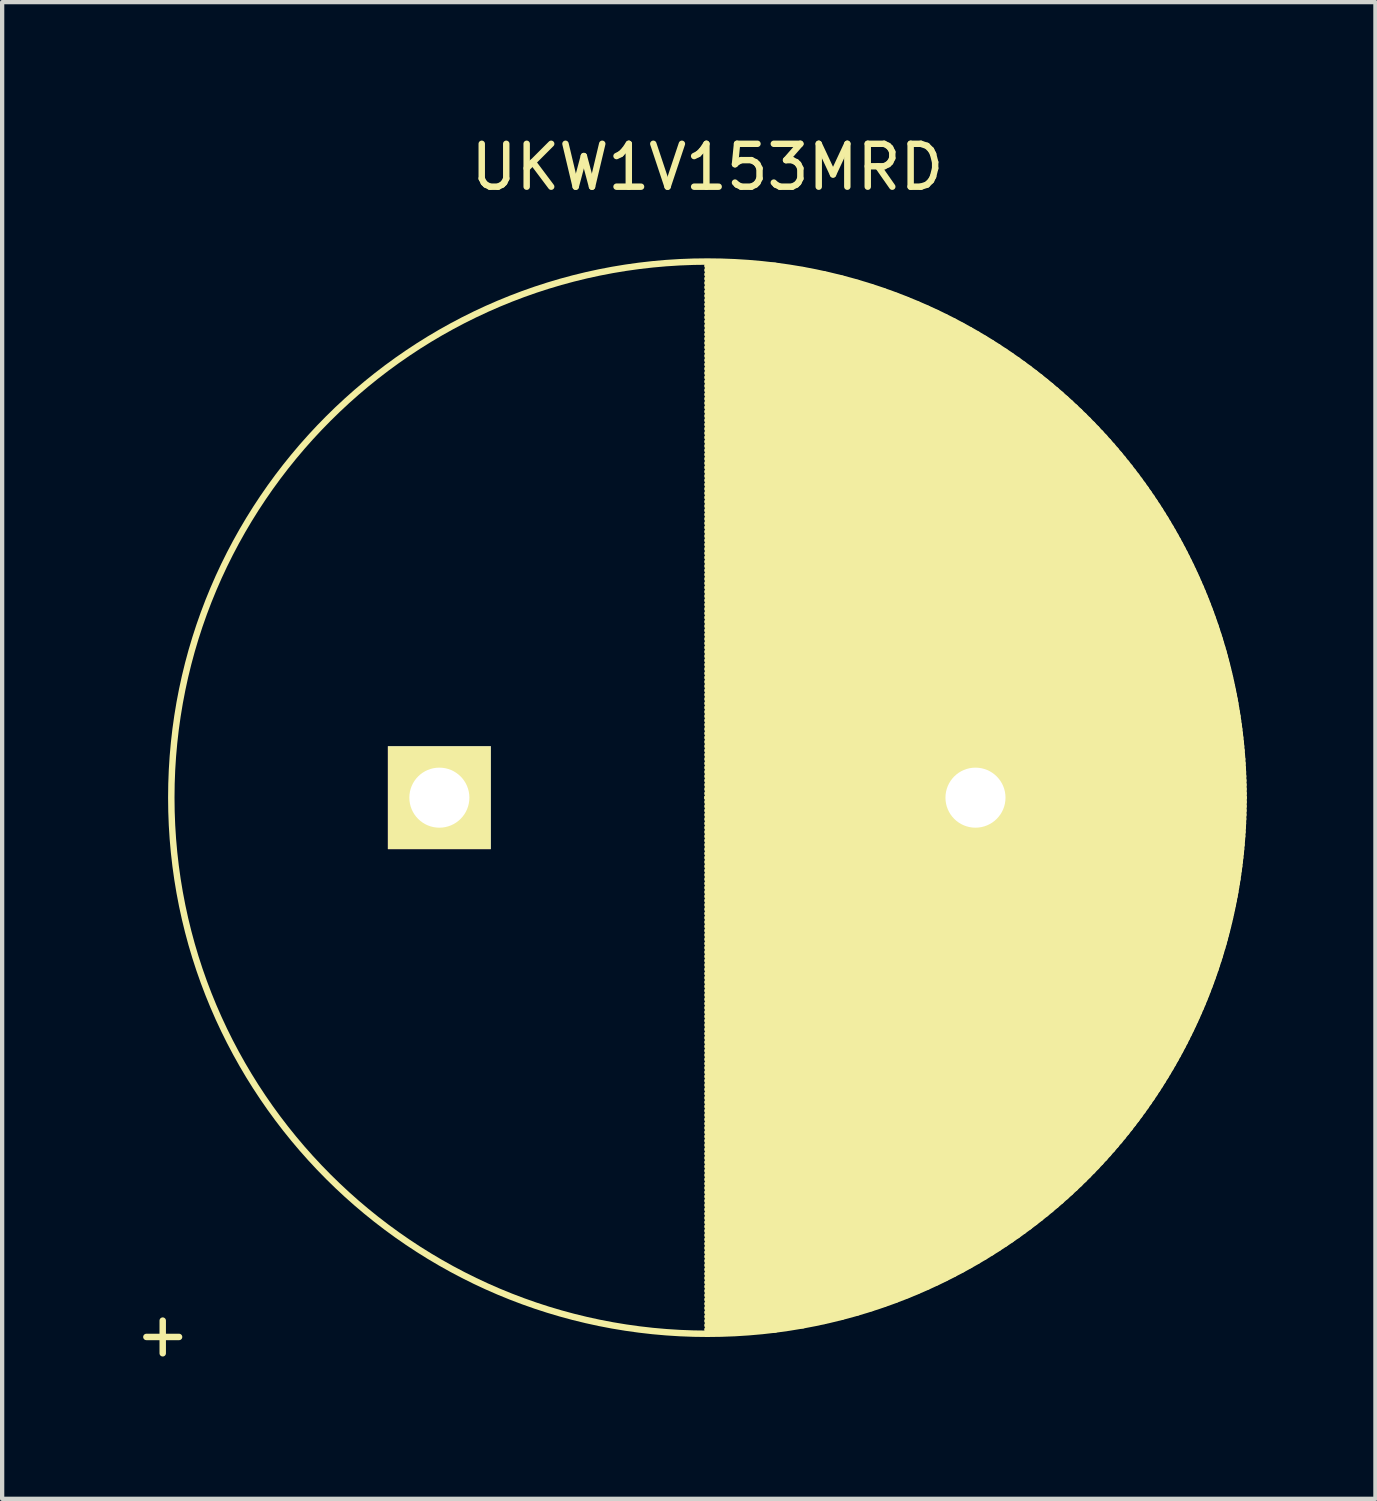
<source format=kicad_pcb>
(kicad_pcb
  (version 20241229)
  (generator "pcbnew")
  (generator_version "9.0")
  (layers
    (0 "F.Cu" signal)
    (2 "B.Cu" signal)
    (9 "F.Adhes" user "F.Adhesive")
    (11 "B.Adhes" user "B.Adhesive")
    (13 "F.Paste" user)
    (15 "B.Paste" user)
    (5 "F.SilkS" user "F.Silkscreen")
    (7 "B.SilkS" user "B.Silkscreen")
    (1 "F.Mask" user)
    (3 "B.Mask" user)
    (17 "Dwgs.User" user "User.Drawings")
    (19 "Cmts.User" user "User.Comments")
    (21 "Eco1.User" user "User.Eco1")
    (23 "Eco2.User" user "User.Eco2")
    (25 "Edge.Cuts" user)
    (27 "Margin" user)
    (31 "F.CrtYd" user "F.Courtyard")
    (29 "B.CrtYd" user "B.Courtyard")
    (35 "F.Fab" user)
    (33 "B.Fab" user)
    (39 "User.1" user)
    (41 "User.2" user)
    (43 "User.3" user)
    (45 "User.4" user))
  (footprint "UKW1V153MRD"
    (layer "F.Cu")
    (at 7.194 15.548)
    (property "Reference" "UKW1V153MRD" (at 6.25 -14.7 0) (layer "F.SilkS") (effects (font (size 1 1) (thickness 0.15))))
    (attr through_hole)
    (fp_line (start 6.25 -12.4) (end 7.828 -12.4) (stroke (width 0.15) (type solid)) (layer "F.SilkS"))
    (fp_line (start 6.25 -12.3) (end 8.477 -12.3) (stroke (width 0.15) (type solid)) (layer "F.SilkS"))
    (fp_line (start 6.25 -12.2) (end 8.972 -12.2) (stroke (width 0.15) (type solid)) (layer "F.SilkS"))
    (fp_line (start 6.25 -12.1) (end 9.387 -12.1) (stroke (width 0.15) (type solid)) (layer "F.SilkS"))
    (fp_line (start 6.25 -12) (end 9.75 -12) (stroke (width 0.15) (type solid)) (layer "F.SilkS"))
    (fp_line (start 6.25 -11.9) (end 10.076 -11.9) (stroke (width 0.15) (type solid)) (layer "F.SilkS"))
    (fp_line (start 6.25 -11.8) (end 10.374 -11.8) (stroke (width 0.15) (type solid)) (layer "F.SilkS"))
    (fp_line (start 6.25 -11.7) (end 10.65 -11.7) (stroke (width 0.15) (type solid)) (layer "F.SilkS"))
    (fp_line (start 6.25 -11.6) (end 10.907 -11.6) (stroke (width 0.15) (type solid)) (layer "F.SilkS"))
    (fp_line (start 6.25 -11.5) (end 11.149 -11.5) (stroke (width 0.15) (type solid)) (layer "F.SilkS"))
    (fp_line (start 6.25 -11.4) (end 11.377 -11.4) (stroke (width 0.15) (type solid)) (layer "F.SilkS"))
    (fp_line (start 6.25 -11.3) (end 11.594 -11.3) (stroke (width 0.15) (type solid)) (layer "F.SilkS"))
    (fp_line (start 6.25 -11.2) (end 11.801 -11.2) (stroke (width 0.15) (type solid)) (layer "F.SilkS"))
    (fp_line (start 6.25 -11.1) (end 11.998 -11.1) (stroke (width 0.15) (type solid)) (layer "F.SilkS"))
    (fp_line (start 6.25 -11) (end 12.187 -11) (stroke (width 0.15) (type solid)) (layer "F.SilkS"))
    (fp_line (start 6.25 -10.9) (end 12.369 -10.9) (stroke (width 0.15) (type solid)) (layer "F.SilkS"))
    (fp_line (start 6.25 -10.8) (end 12.544 -10.8) (stroke (width 0.15) (type solid)) (layer "F.SilkS"))
    (fp_line (start 6.25 -10.7) (end 12.712 -10.7) (stroke (width 0.15) (type solid)) (layer "F.SilkS"))
    (fp_line (start 6.25 -10.6) (end 12.875 -10.6) (stroke (width 0.15) (type solid)) (layer "F.SilkS"))
    (fp_line (start 6.25 -10.5) (end 13.032 -10.5) (stroke (width 0.15) (type solid)) (layer "F.SilkS"))
    (fp_line (start 6.25 -10.4) (end 13.185 -10.4) (stroke (width 0.15) (type solid)) (layer "F.SilkS"))
    (fp_line (start 6.25 -10.3) (end 13.332 -10.3) (stroke (width 0.15) (type solid)) (layer "F.SilkS"))
    (fp_line (start 6.25 -10.2) (end 13.476 -10.2) (stroke (width 0.15) (type solid)) (layer "F.SilkS"))
    (fp_line (start 6.25 -10.1) (end 13.615 -10.1) (stroke (width 0.15) (type solid)) (layer "F.SilkS"))
    (fp_line (start 6.25 -10) (end 13.75 -10) (stroke (width 0.15) (type solid)) (layer "F.SilkS"))
    (fp_line (start 6.25 -9.9) (end 13.882 -9.9) (stroke (width 0.15) (type solid)) (layer "F.SilkS"))
    (fp_line (start 6.25 -9.8) (end 14.01 -9.8) (stroke (width 0.15) (type solid)) (layer "F.SilkS"))
    (fp_line (start 6.25 -9.7) (end 14.134 -9.7) (stroke (width 0.15) (type solid)) (layer "F.SilkS"))
    (fp_line (start 6.25 -9.6) (end 14.256 -9.6) (stroke (width 0.15) (type solid)) (layer "F.SilkS"))
    (fp_line (start 6.25 -9.5) (end 14.374 -9.5) (stroke (width 0.15) (type solid)) (layer "F.SilkS"))
    (fp_line (start 6.25 -9.4) (end 14.49 -9.4) (stroke (width 0.15) (type solid)) (layer "F.SilkS"))
    (fp_line (start 6.25 -9.3) (end 14.602 -9.3) (stroke (width 0.15) (type solid)) (layer "F.SilkS"))
    (fp_line (start 6.25 -9.2) (end 14.712 -9.2) (stroke (width 0.15) (type solid)) (layer "F.SilkS"))
    (fp_line (start 6.25 -9.1) (end 14.82 -9.1) (stroke (width 0.15) (type solid)) (layer "F.SilkS"))
    (fp_line (start 6.25 -9) (end 14.925 -9) (stroke (width 0.15) (type solid)) (layer "F.SilkS"))
    (fp_line (start 6.25 -8.9) (end 15.027 -8.9) (stroke (width 0.15) (type solid)) (layer "F.SilkS"))
    (fp_line (start 6.25 -8.8) (end 15.127 -8.8) (stroke (width 0.15) (type solid)) (layer "F.SilkS"))
    (fp_line (start 6.25 -8.7) (end 15.226 -8.7) (stroke (width 0.15) (type solid)) (layer "F.SilkS"))
    (fp_line (start 6.25 -8.6) (end 15.321 -8.6) (stroke (width 0.15) (type solid)) (layer "F.SilkS"))
    (fp_line (start 6.25 -8.5) (end 15.415 -8.5) (stroke (width 0.15) (type solid)) (layer "F.SilkS"))
    (fp_line (start 6.25 -8.4) (end 15.507 -8.4) (stroke (width 0.15) (type solid)) (layer "F.SilkS"))
    (fp_line (start 6.25 -8.3) (end 15.597 -8.3) (stroke (width 0.15) (type solid)) (layer "F.SilkS"))
    (fp_line (start 6.25 -8.2) (end 15.685 -8.2) (stroke (width 0.15) (type solid)) (layer "F.SilkS"))
    (fp_line (start 6.25 -8.1) (end 15.771 -8.1) (stroke (width 0.15) (type solid)) (layer "F.SilkS"))
    (fp_line (start 6.25 -8) (end 15.855 -8) (stroke (width 0.15) (type solid)) (layer "F.SilkS"))
    (fp_line (start 6.25 -7.9) (end 15.937 -7.9) (stroke (width 0.15) (type solid)) (layer "F.SilkS"))
    (fp_line (start 6.25 -7.8) (end 16.018 -7.8) (stroke (width 0.15) (type solid)) (layer "F.SilkS"))
    (fp_line (start 6.25 -7.7) (end 16.097 -7.7) (stroke (width 0.15) (type solid)) (layer "F.SilkS"))
    (fp_line (start 6.25 -7.6) (end 16.174 -7.6) (stroke (width 0.15) (type solid)) (layer "F.SilkS"))
    (fp_line (start 6.25 -7.5) (end 16.25 -7.5) (stroke (width 0.15) (type solid)) (layer "F.SilkS"))
    (fp_line (start 6.25 -7.4) (end 16.324 -7.4) (stroke (width 0.15) (type solid)) (layer "F.SilkS"))
    (fp_line (start 6.25 -7.3) (end 16.397 -7.3) (stroke (width 0.15) (type solid)) (layer "F.SilkS"))
    (fp_line (start 6.25 -7.2) (end 16.468 -7.2) (stroke (width 0.15) (type solid)) (layer "F.SilkS"))
    (fp_line (start 6.25 -7.1) (end 16.538 -7.1) (stroke (width 0.15) (type solid)) (layer "F.SilkS"))
    (fp_line (start 6.25 -7) (end 16.606 -7) (stroke (width 0.15) (type solid)) (layer "F.SilkS"))
    (fp_line (start 6.25 -6.9) (end 16.673 -6.9) (stroke (width 0.15) (type solid)) (layer "F.SilkS"))
    (fp_line (start 6.25 -6.8) (end 16.739 -6.8) (stroke (width 0.15) (type solid)) (layer "F.SilkS"))
    (fp_line (start 6.25 -6.7) (end 16.803 -6.7) (stroke (width 0.15) (type solid)) (layer "F.SilkS"))
    (fp_line (start 6.25 -6.6) (end 16.866 -6.6) (stroke (width 0.15) (type solid)) (layer "F.SilkS"))
    (fp_line (start 6.25 -6.5) (end 16.927 -6.5) (stroke (width 0.15) (type solid)) (layer "F.SilkS"))
    (fp_line (start 6.25 -6.4) (end 16.987 -6.4) (stroke (width 0.15) (type solid)) (layer "F.SilkS"))
    (fp_line (start 6.25 -6.3) (end 17.046 -6.3) (stroke (width 0.15) (type solid)) (layer "F.SilkS"))
    (fp_line (start 6.25 -6.2) (end 17.104 -6.2) (stroke (width 0.15) (type solid)) (layer "F.SilkS"))
    (fp_line (start 6.25 -6.1) (end 17.161 -6.1) (stroke (width 0.15) (type solid)) (layer "F.SilkS"))
    (fp_line (start 6.25 -6) (end 17.216 -6) (stroke (width 0.15) (type solid)) (layer "F.SilkS"))
    (fp_line (start 6.25 -5.9) (end 17.27 -5.9) (stroke (width 0.15) (type solid)) (layer "F.SilkS"))
    (fp_line (start 6.25 -5.8) (end 17.323 -5.8) (stroke (width 0.15) (type solid)) (layer "F.SilkS"))
    (fp_line (start 6.25 -5.7) (end 17.375 -5.7) (stroke (width 0.15) (type solid)) (layer "F.SilkS"))
    (fp_line (start 6.25 -5.6) (end 17.425 -5.6) (stroke (width 0.15) (type solid)) (layer "F.SilkS"))
    (fp_line (start 6.25 -5.5) (end 17.475 -5.5) (stroke (width 0.15) (type solid)) (layer "F.SilkS"))
    (fp_line (start 6.25 -5.4) (end 17.523 -5.4) (stroke (width 0.15) (type solid)) (layer "F.SilkS"))
    (fp_line (start 6.25 -5.3) (end 17.571 -5.3) (stroke (width 0.15) (type solid)) (layer "F.SilkS"))
    (fp_line (start 6.25 -5.2) (end 17.617 -5.2) (stroke (width 0.15) (type solid)) (layer "F.SilkS"))
    (fp_line (start 6.25 -5.1) (end 17.662 -5.1) (stroke (width 0.15) (type solid)) (layer "F.SilkS"))
    (fp_line (start 6.25 -5) (end 17.706 -5) (stroke (width 0.15) (type solid)) (layer "F.SilkS"))
    (fp_line (start 6.25 -4.9) (end 17.75 -4.9) (stroke (width 0.15) (type solid)) (layer "F.SilkS"))
    (fp_line (start 6.25 -4.8) (end 17.792 -4.8) (stroke (width 0.15) (type solid)) (layer "F.SilkS"))
    (fp_line (start 6.25 -4.7) (end 17.833 -4.7) (stroke (width 0.15) (type solid)) (layer "F.SilkS"))
    (fp_line (start 6.25 -4.6) (end 17.873 -4.6) (stroke (width 0.15) (type solid)) (layer "F.SilkS"))
    (fp_line (start 6.25 -4.5) (end 17.912 -4.5) (stroke (width 0.15) (type solid)) (layer "F.SilkS"))
    (fp_line (start 6.25 -4.4) (end 17.95 -4.4) (stroke (width 0.15) (type solid)) (layer "F.SilkS"))
    (fp_line (start 6.25 -4.3) (end 17.987 -4.3) (stroke (width 0.15) (type solid)) (layer "F.SilkS"))
    (fp_line (start 6.25 -4.2) (end 18.023 -4.2) (stroke (width 0.15) (type solid)) (layer "F.SilkS"))
    (fp_line (start 6.25 -4.1) (end 18.058 -4.1) (stroke (width 0.15) (type solid)) (layer "F.SilkS"))
    (fp_line (start 6.25 -4) (end 18.093 -4) (stroke (width 0.15) (type solid)) (layer "F.SilkS"))
    (fp_line (start 6.25 -3.9) (end 18.126 -3.9) (stroke (width 0.15) (type solid)) (layer "F.SilkS"))
    (fp_line (start 6.25 -3.8) (end 18.158 -3.8) (stroke (width 0.15) (type solid)) (layer "F.SilkS"))
    (fp_line (start 6.25 -3.7) (end 18.19 -3.7) (stroke (width 0.15) (type solid)) (layer "F.SilkS"))
    (fp_line (start 6.25 -3.6) (end 18.22 -3.6) (stroke (width 0.15) (type solid)) (layer "F.SilkS"))
    (fp_line (start 6.25 -3.5) (end 18.25 -3.5) (stroke (width 0.15) (type solid)) (layer "F.SilkS"))
    (fp_line (start 6.25 -3.4) (end 18.279 -3.4) (stroke (width 0.15) (type solid)) (layer "F.SilkS"))
    (fp_line (start 6.25 -3.3) (end 18.307 -3.3) (stroke (width 0.15) (type solid)) (layer "F.SilkS"))
    (fp_line (start 6.25 -3.2) (end 18.333 -3.2) (stroke (width 0.15) (type solid)) (layer "F.SilkS"))
    (fp_line (start 6.25 -3.1) (end 18.36 -3.1) (stroke (width 0.15) (type solid)) (layer "F.SilkS"))
    (fp_line (start 6.25 -3) (end 18.385 -3) (stroke (width 0.15) (type solid)) (layer "F.SilkS"))
    (fp_line (start 6.25 -2.9) (end 18.409 -2.9) (stroke (width 0.15) (type solid)) (layer "F.SilkS"))
    (fp_line (start 6.25 -2.8) (end 18.432 -2.8) (stroke (width 0.15) (type solid)) (layer "F.SilkS"))
    (fp_line (start 6.25 -2.7) (end 18.455 -2.7) (stroke (width 0.15) (type solid)) (layer "F.SilkS"))
    (fp_line (start 6.25 -2.6) (end 18.477 -2.6) (stroke (width 0.15) (type solid)) (layer "F.SilkS"))
    (fp_line (start 6.25 -2.5) (end 18.497 -2.5) (stroke (width 0.15) (type solid)) (layer "F.SilkS"))
    (fp_line (start 6.25 -2.4) (end 18.517 -2.4) (stroke (width 0.15) (type solid)) (layer "F.SilkS"))
    (fp_line (start 6.25 -2.3) (end 18.537 -2.3) (stroke (width 0.15) (type solid)) (layer "F.SilkS"))
    (fp_line (start 6.25 -2.2) (end 18.555 -2.2) (stroke (width 0.15) (type solid)) (layer "F.SilkS"))
    (fp_line (start 6.25 -2.1) (end 18.572 -2.1) (stroke (width 0.15) (type solid)) (layer "F.SilkS"))
    (fp_line (start 6.25 -2) (end 18.589 -2) (stroke (width 0.15) (type solid)) (layer "F.SilkS"))
    (fp_line (start 6.25 -1.9) (end 18.605 -1.9) (stroke (width 0.15) (type solid)) (layer "F.SilkS"))
    (fp_line (start 6.25 -1.8) (end 18.62 -1.8) (stroke (width 0.15) (type solid)) (layer "F.SilkS"))
    (fp_line (start 6.25 -1.7) (end 18.634 -1.7) (stroke (width 0.15) (type solid)) (layer "F.SilkS"))
    (fp_line (start 6.25 -1.6) (end 18.647 -1.6) (stroke (width 0.15) (type solid)) (layer "F.SilkS"))
    (fp_line (start 6.25 -1.5) (end 18.66 -1.5) (stroke (width 0.15) (type solid)) (layer "F.SilkS"))
    (fp_line (start 6.25 -1.4) (end 18.671 -1.4) (stroke (width 0.15) (type solid)) (layer "F.SilkS"))
    (fp_line (start 6.25 -1.3) (end 18.682 -1.3) (stroke (width 0.15) (type solid)) (layer "F.SilkS"))
    (fp_line (start 6.25 -1.2) (end 18.692 -1.2) (stroke (width 0.15) (type solid)) (layer "F.SilkS"))
    (fp_line (start 6.25 -1.1) (end 18.702 -1.1) (stroke (width 0.15) (type solid)) (layer "F.SilkS"))
    (fp_line (start 6.25 -1) (end 18.71 -1) (stroke (width 0.15) (type solid)) (layer "F.SilkS"))
    (fp_line (start 6.25 -0.9) (end 18.718 -0.9) (stroke (width 0.15) (type solid)) (layer "F.SilkS"))
    (fp_line (start 6.25 -0.8) (end 18.724 -0.8) (stroke (width 0.15) (type solid)) (layer "F.SilkS"))
    (fp_line (start 6.25 -0.7) (end 18.73 -0.7) (stroke (width 0.15) (type solid)) (layer "F.SilkS"))
    (fp_line (start 6.25 -0.6) (end 18.736 -0.6) (stroke (width 0.15) (type solid)) (layer "F.SilkS"))
    (fp_line (start 6.25 -0.5) (end 18.74 -0.5) (stroke (width 0.15) (type solid)) (layer "F.SilkS"))
    (fp_line (start 6.25 -0.4) (end 18.744 -0.4) (stroke (width 0.15) (type solid)) (layer "F.SilkS"))
    (fp_line (start 6.25 -0.3) (end 18.746 -0.3) (stroke (width 0.15) (type solid)) (layer "F.SilkS"))
    (fp_line (start 6.25 -0.2) (end 18.748 -0.2) (stroke (width 0.15) (type solid)) (layer "F.SilkS"))
    (fp_line (start 6.25 -0.1) (end 18.75 -0.1) (stroke (width 0.15) (type solid)) (layer "F.SilkS"))
    (fp_line (start 6.25 0) (end 18.75 0) (stroke (width 0.15) (type solid)) (layer "F.SilkS"))
    (fp_line (start 6.25 0) (end 18.75 0) (stroke (width 0.15) (type solid)) (layer "F.SilkS"))
    (fp_line (start 6.25 0.1) (end 18.75 0.1) (stroke (width 0.15) (type solid)) (layer "F.SilkS"))
    (fp_line (start 6.25 0.2) (end 18.748 0.2) (stroke (width 0.15) (type solid)) (layer "F.SilkS"))
    (fp_line (start 6.25 0.3) (end 18.746 0.3) (stroke (width 0.15) (type solid)) (layer "F.SilkS"))
    (fp_line (start 6.25 0.4) (end 18.744 0.4) (stroke (width 0.15) (type solid)) (layer "F.SilkS"))
    (fp_line (start 6.25 0.5) (end 18.74 0.5) (stroke (width 0.15) (type solid)) (layer "F.SilkS"))
    (fp_line (start 6.25 0.6) (end 18.736 0.6) (stroke (width 0.15) (type solid)) (layer "F.SilkS"))
    (fp_line (start 6.25 0.7) (end 18.73 0.7) (stroke (width 0.15) (type solid)) (layer "F.SilkS"))
    (fp_line (start 6.25 0.8) (end 18.724 0.8) (stroke (width 0.15) (type solid)) (layer "F.SilkS"))
    (fp_line (start 6.25 0.9) (end 18.718 0.9) (stroke (width 0.15) (type solid)) (layer "F.SilkS"))
    (fp_line (start 6.25 1) (end 18.71 1) (stroke (width 0.15) (type solid)) (layer "F.SilkS"))
    (fp_line (start 6.25 1.1) (end 18.702 1.1) (stroke (width 0.15) (type solid)) (layer "F.SilkS"))
    (fp_line (start 6.25 1.2) (end 18.692 1.2) (stroke (width 0.15) (type solid)) (layer "F.SilkS"))
    (fp_line (start 6.25 1.3) (end 18.682 1.3) (stroke (width 0.15) (type solid)) (layer "F.SilkS"))
    (fp_line (start 6.25 1.4) (end 18.671 1.4) (stroke (width 0.15) (type solid)) (layer "F.SilkS"))
    (fp_line (start 6.25 1.5) (end 18.66 1.5) (stroke (width 0.15) (type solid)) (layer "F.SilkS"))
    (fp_line (start 6.25 1.6) (end 18.647 1.6) (stroke (width 0.15) (type solid)) (layer "F.SilkS"))
    (fp_line (start 6.25 1.7) (end 18.634 1.7) (stroke (width 0.15) (type solid)) (layer "F.SilkS"))
    (fp_line (start 6.25 1.8) (end 18.62 1.8) (stroke (width 0.15) (type solid)) (layer "F.SilkS"))
    (fp_line (start 6.25 1.9) (end 18.605 1.9) (stroke (width 0.15) (type solid)) (layer "F.SilkS"))
    (fp_line (start 6.25 2) (end 18.589 2) (stroke (width 0.15) (type solid)) (layer "F.SilkS"))
    (fp_line (start 6.25 2.1) (end 18.572 2.1) (stroke (width 0.15) (type solid)) (layer "F.SilkS"))
    (fp_line (start 6.25 2.2) (end 18.555 2.2) (stroke (width 0.15) (type solid)) (layer "F.SilkS"))
    (fp_line (start 6.25 2.3) (end 18.537 2.3) (stroke (width 0.15) (type solid)) (layer "F.SilkS"))
    (fp_line (start 6.25 2.4) (end 18.517 2.4) (stroke (width 0.15) (type solid)) (layer "F.SilkS"))
    (fp_line (start 6.25 2.5) (end 18.497 2.5) (stroke (width 0.15) (type solid)) (layer "F.SilkS"))
    (fp_line (start 6.25 2.6) (end 18.477 2.6) (stroke (width 0.15) (type solid)) (layer "F.SilkS"))
    (fp_line (start 6.25 2.7) (end 18.455 2.7) (stroke (width 0.15) (type solid)) (layer "F.SilkS"))
    (fp_line (start 6.25 2.8) (end 18.432 2.8) (stroke (width 0.15) (type solid)) (layer "F.SilkS"))
    (fp_line (start 6.25 2.9) (end 18.409 2.9) (stroke (width 0.15) (type solid)) (layer "F.SilkS"))
    (fp_line (start 6.25 3) (end 18.385 3) (stroke (width 0.15) (type solid)) (layer "F.SilkS"))
    (fp_line (start 6.25 3.1) (end 18.36 3.1) (stroke (width 0.15) (type solid)) (layer "F.SilkS"))
    (fp_line (start 6.25 3.2) (end 18.333 3.2) (stroke (width 0.15) (type solid)) (layer "F.SilkS"))
    (fp_line (start 6.25 3.3) (end 18.307 3.3) (stroke (width 0.15) (type solid)) (layer "F.SilkS"))
    (fp_line (start 6.25 3.4) (end 18.279 3.4) (stroke (width 0.15) (type solid)) (layer "F.SilkS"))
    (fp_line (start 6.25 3.5) (end 18.25 3.5) (stroke (width 0.15) (type solid)) (layer "F.SilkS"))
    (fp_line (start 6.25 3.6) (end 18.22 3.6) (stroke (width 0.15) (type solid)) (layer "F.SilkS"))
    (fp_line (start 6.25 3.7) (end 18.19 3.7) (stroke (width 0.15) (type solid)) (layer "F.SilkS"))
    (fp_line (start 6.25 3.8) (end 18.158 3.8) (stroke (width 0.15) (type solid)) (layer "F.SilkS"))
    (fp_line (start 6.25 3.9) (end 18.126 3.9) (stroke (width 0.15) (type solid)) (layer "F.SilkS"))
    (fp_line (start 6.25 4) (end 18.093 4) (stroke (width 0.15) (type solid)) (layer "F.SilkS"))
    (fp_line (start 6.25 4.1) (end 18.058 4.1) (stroke (width 0.15) (type solid)) (layer "F.SilkS"))
    (fp_line (start 6.25 4.2) (end 18.023 4.2) (stroke (width 0.15) (type solid)) (layer "F.SilkS"))
    (fp_line (start 6.25 4.3) (end 17.987 4.3) (stroke (width 0.15) (type solid)) (layer "F.SilkS"))
    (fp_line (start 6.25 4.4) (end 17.95 4.4) (stroke (width 0.15) (type solid)) (layer "F.SilkS"))
    (fp_line (start 6.25 4.5) (end 17.912 4.5) (stroke (width 0.15) (type solid)) (layer "F.SilkS"))
    (fp_line (start 6.25 4.6) (end 17.873 4.6) (stroke (width 0.15) (type solid)) (layer "F.SilkS"))
    (fp_line (start 6.25 4.7) (end 17.833 4.7) (stroke (width 0.15) (type solid)) (layer "F.SilkS"))
    (fp_line (start 6.25 4.8) (end 17.792 4.8) (stroke (width 0.15) (type solid)) (layer "F.SilkS"))
    (fp_line (start 6.25 4.9) (end 17.75 4.9) (stroke (width 0.15) (type solid)) (layer "F.SilkS"))
    (fp_line (start 6.25 5) (end 17.706 5) (stroke (width 0.15) (type solid)) (layer "F.SilkS"))
    (fp_line (start 6.25 5.1) (end 17.662 5.1) (stroke (width 0.15) (type solid)) (layer "F.SilkS"))
    (fp_line (start 6.25 5.2) (end 17.617 5.2) (stroke (width 0.15) (type solid)) (layer "F.SilkS"))
    (fp_line (start 6.25 5.3) (end 17.571 5.3) (stroke (width 0.15) (type solid)) (layer "F.SilkS"))
    (fp_line (start 6.25 5.4) (end 17.523 5.4) (stroke (width 0.15) (type solid)) (layer "F.SilkS"))
    (fp_line (start 6.25 5.5) (end 17.475 5.5) (stroke (width 0.15) (type solid)) (layer "F.SilkS"))
    (fp_line (start 6.25 5.6) (end 17.425 5.6) (stroke (width 0.15) (type solid)) (layer "F.SilkS"))
    (fp_line (start 6.25 5.7) (end 17.375 5.7) (stroke (width 0.15) (type solid)) (layer "F.SilkS"))
    (fp_line (start 6.25 5.8) (end 17.323 5.8) (stroke (width 0.15) (type solid)) (layer "F.SilkS"))
    (fp_line (start 6.25 5.9) (end 17.27 5.9) (stroke (width 0.15) (type solid)) (layer "F.SilkS"))
    (fp_line (start 6.25 6) (end 17.216 6) (stroke (width 0.15) (type solid)) (layer "F.SilkS"))
    (fp_line (start 6.25 6.1) (end 17.161 6.1) (stroke (width 0.15) (type solid)) (layer "F.SilkS"))
    (fp_line (start 6.25 6.2) (end 17.104 6.2) (stroke (width 0.15) (type solid)) (layer "F.SilkS"))
    (fp_line (start 6.25 6.3) (end 17.046 6.3) (stroke (width 0.15) (type solid)) (layer "F.SilkS"))
    (fp_line (start 6.25 6.4) (end 16.987 6.4) (stroke (width 0.15) (type solid)) (layer "F.SilkS"))
    (fp_line (start 6.25 6.5) (end 16.927 6.5) (stroke (width 0.15) (type solid)) (layer "F.SilkS"))
    (fp_line (start 6.25 6.6) (end 16.866 6.6) (stroke (width 0.15) (type solid)) (layer "F.SilkS"))
    (fp_line (start 6.25 6.7) (end 16.803 6.7) (stroke (width 0.15) (type solid)) (layer "F.SilkS"))
    (fp_line (start 6.25 6.8) (end 16.739 6.8) (stroke (width 0.15) (type solid)) (layer "F.SilkS"))
    (fp_line (start 6.25 6.9) (end 16.673 6.9) (stroke (width 0.15) (type solid)) (layer "F.SilkS"))
    (fp_line (start 6.25 7) (end 16.606 7) (stroke (width 0.15) (type solid)) (layer "F.SilkS"))
    (fp_line (start 6.25 7.1) (end 16.538 7.1) (stroke (width 0.15) (type solid)) (layer "F.SilkS"))
    (fp_line (start 6.25 7.2) (end 16.468 7.2) (stroke (width 0.15) (type solid)) (layer "F.SilkS"))
    (fp_line (start 6.25 7.3) (end 16.397 7.3) (stroke (width 0.15) (type solid)) (layer "F.SilkS"))
    (fp_line (start 6.25 7.4) (end 16.324 7.4) (stroke (width 0.15) (type solid)) (layer "F.SilkS"))
    (fp_line (start 6.25 7.5) (end 16.25 7.5) (stroke (width 0.15) (type solid)) (layer "F.SilkS"))
    (fp_line (start 6.25 7.6) (end 16.174 7.6) (stroke (width 0.15) (type solid)) (layer "F.SilkS"))
    (fp_line (start 6.25 7.7) (end 16.097 7.7) (stroke (width 0.15) (type solid)) (layer "F.SilkS"))
    (fp_line (start 6.25 7.8) (end 16.018 7.8) (stroke (width 0.15) (type solid)) (layer "F.SilkS"))
    (fp_line (start 6.25 7.9) (end 15.937 7.9) (stroke (width 0.15) (type solid)) (layer "F.SilkS"))
    (fp_line (start 6.25 8) (end 15.855 8) (stroke (width 0.15) (type solid)) (layer "F.SilkS"))
    (fp_line (start 6.25 8.1) (end 15.771 8.1) (stroke (width 0.15) (type solid)) (layer "F.SilkS"))
    (fp_line (start 6.25 8.2) (end 15.685 8.2) (stroke (width 0.15) (type solid)) (layer "F.SilkS"))
    (fp_line (start 6.25 8.3) (end 15.597 8.3) (stroke (width 0.15) (type solid)) (layer "F.SilkS"))
    (fp_line (start 6.25 8.4) (end 15.507 8.4) (stroke (width 0.15) (type solid)) (layer "F.SilkS"))
    (fp_line (start 6.25 8.5) (end 15.415 8.5) (stroke (width 0.15) (type solid)) (layer "F.SilkS"))
    (fp_line (start 6.25 8.6) (end 15.321 8.6) (stroke (width 0.15) (type solid)) (layer "F.SilkS"))
    (fp_line (start 6.25 8.7) (end 15.226 8.7) (stroke (width 0.15) (type solid)) (layer "F.SilkS"))
    (fp_line (start 6.25 8.8) (end 15.127 8.8) (stroke (width 0.15) (type solid)) (layer "F.SilkS"))
    (fp_line (start 6.25 8.9) (end 15.027 8.9) (stroke (width 0.15) (type solid)) (layer "F.SilkS"))
    (fp_line (start 6.25 9) (end 14.925 9) (stroke (width 0.15) (type solid)) (layer "F.SilkS"))
    (fp_line (start 6.25 9.1) (end 14.82 9.1) (stroke (width 0.15) (type solid)) (layer "F.SilkS"))
    (fp_line (start 6.25 9.2) (end 14.712 9.2) (stroke (width 0.15) (type solid)) (layer "F.SilkS"))
    (fp_line (start 6.25 9.3) (end 14.602 9.3) (stroke (width 0.15) (type solid)) (layer "F.SilkS"))
    (fp_line (start 6.25 9.4) (end 14.49 9.4) (stroke (width 0.15) (type solid)) (layer "F.SilkS"))
    (fp_line (start 6.25 9.5) (end 14.374 9.5) (stroke (width 0.15) (type solid)) (layer "F.SilkS"))
    (fp_line (start 6.25 9.6) (end 14.256 9.6) (stroke (width 0.15) (type solid)) (layer "F.SilkS"))
    (fp_line (start 6.25 9.7) (end 14.134 9.7) (stroke (width 0.15) (type solid)) (layer "F.SilkS"))
    (fp_line (start 6.25 9.8) (end 14.01 9.8) (stroke (width 0.15) (type solid)) (layer "F.SilkS"))
    (fp_line (start 6.25 9.9) (end 13.882 9.9) (stroke (width 0.15) (type solid)) (layer "F.SilkS"))
    (fp_line (start 6.25 10) (end 13.75 10) (stroke (width 0.15) (type solid)) (layer "F.SilkS"))
    (fp_line (start 6.25 10.1) (end 13.615 10.1) (stroke (width 0.15) (type solid)) (layer "F.SilkS"))
    (fp_line (start 6.25 10.2) (end 13.476 10.2) (stroke (width 0.15) (type solid)) (layer "F.SilkS"))
    (fp_line (start 6.25 10.3) (end 13.332 10.3) (stroke (width 0.15) (type solid)) (layer "F.SilkS"))
    (fp_line (start 6.25 10.4) (end 13.185 10.4) (stroke (width 0.15) (type solid)) (layer "F.SilkS"))
    (fp_line (start 6.25 10.5) (end 13.032 10.5) (stroke (width 0.15) (type solid)) (layer "F.SilkS"))
    (fp_line (start 6.25 10.6) (end 12.875 10.6) (stroke (width 0.15) (type solid)) (layer "F.SilkS"))
    (fp_line (start 6.25 10.7) (end 12.712 10.7) (stroke (width 0.15) (type solid)) (layer "F.SilkS"))
    (fp_line (start 6.25 10.8) (end 12.544 10.8) (stroke (width 0.15) (type solid)) (layer "F.SilkS"))
    (fp_line (start 6.25 10.9) (end 12.369 10.9) (stroke (width 0.15) (type solid)) (layer "F.SilkS"))
    (fp_line (start 6.25 11) (end 12.187 11) (stroke (width 0.15) (type solid)) (layer "F.SilkS"))
    (fp_line (start 6.25 11.1) (end 11.998 11.1) (stroke (width 0.15) (type solid)) (layer "F.SilkS"))
    (fp_line (start 6.25 11.2) (end 11.801 11.2) (stroke (width 0.15) (type solid)) (layer "F.SilkS"))
    (fp_line (start 6.25 11.3) (end 11.594 11.3) (stroke (width 0.15) (type solid)) (layer "F.SilkS"))
    (fp_line (start 6.25 11.4) (end 11.377 11.4) (stroke (width 0.15) (type solid)) (layer "F.SilkS"))
    (fp_line (start 6.25 11.5) (end 11.149 11.5) (stroke (width 0.15) (type solid)) (layer "F.SilkS"))
    (fp_line (start 6.25 11.6) (end 10.907 11.6) (stroke (width 0.15) (type solid)) (layer "F.SilkS"))
    (fp_line (start 6.25 11.7) (end 10.65 11.7) (stroke (width 0.15) (type solid)) (layer "F.SilkS"))
    (fp_line (start 6.25 11.8) (end 10.374 11.8) (stroke (width 0.15) (type solid)) (layer "F.SilkS"))
    (fp_line (start 6.25 11.9) (end 10.076 11.9) (stroke (width 0.15) (type solid)) (layer "F.SilkS"))
    (fp_line (start 6.25 12) (end 9.75 12) (stroke (width 0.15) (type solid)) (layer "F.SilkS"))
    (fp_line (start 6.25 12.1) (end 9.387 12.1) (stroke (width 0.15) (type solid)) (layer "F.SilkS"))
    (fp_line (start 6.25 12.2) (end 8.972 12.2) (stroke (width 0.15) (type solid)) (layer "F.SilkS"))
    (fp_line (start 6.25 12.3) (end 8.477 12.3) (stroke (width 0.15) (type solid)) (layer "F.SilkS"))
    (fp_line (start 6.25 12.4) (end 7.828 12.4) (stroke (width 0.15) (type solid)) (layer "F.SilkS"))
    (fp_circle (center 6.25 0) (end 6.25 -12.5) (stroke (width 0.15) (type solid)) (fill no) (layer "F.SilkS"))
    (fp_text user "+" (at -6.45 12.5 0) (layer "F.SilkS") (effects (font (size 1 1) (thickness 0.15))))
    (pad "1" thru_hole rect (at 0 0) (size 2.4 2.4) (drill 1.4) (layers "*.Cu" "*.Mask" "F.SilkS"))
    (pad "2" thru_hole circle (at 12.5 0) (size 2.4 2.4) (drill 1.4) (layers "*.Cu" "*.Mask" "F.SilkS")))
  (gr_rect
    (start -3 -3)
    (end 29.019 31.896)
    (stroke (width 0.1) (type default))
    (fill no)
    (layer "Edge.Cuts")))
</source>
